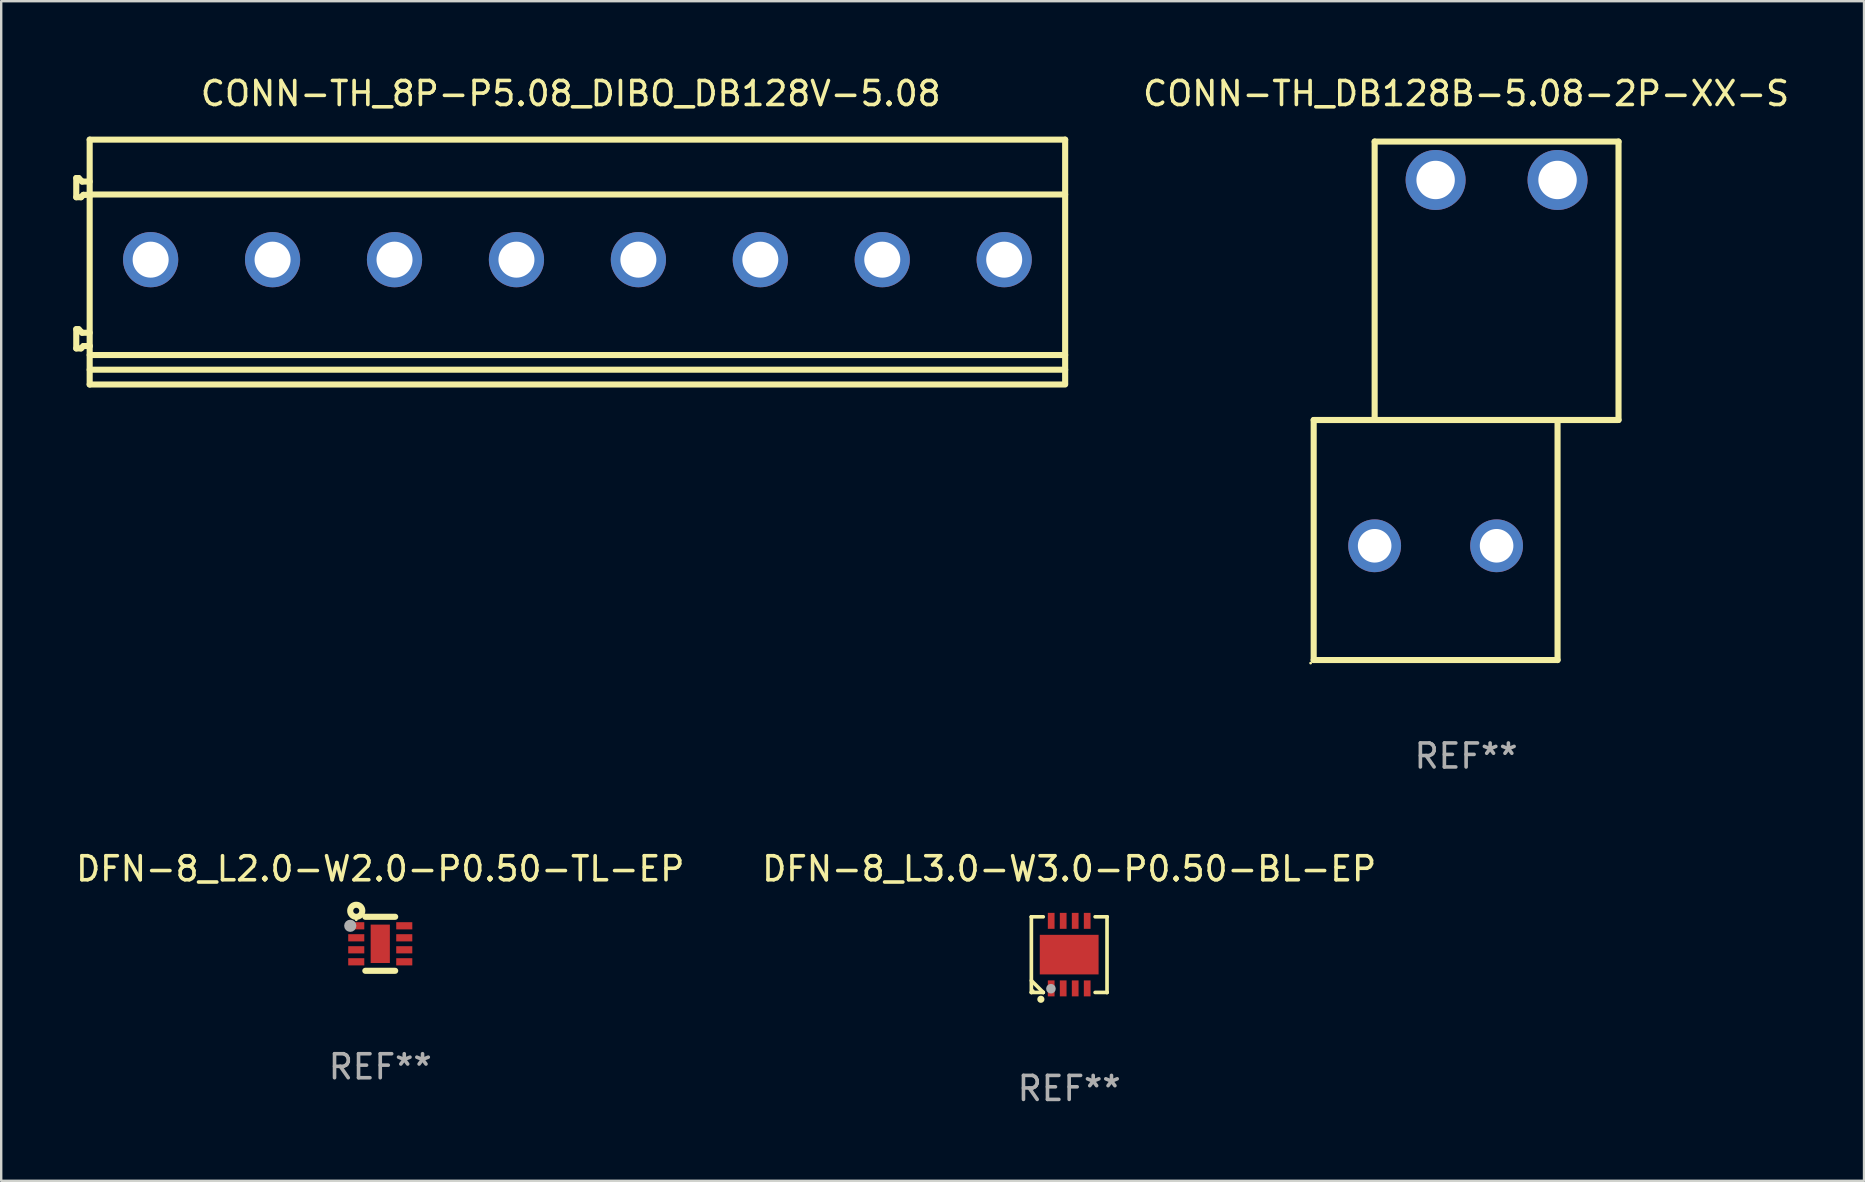
<source format=kicad_pcb>
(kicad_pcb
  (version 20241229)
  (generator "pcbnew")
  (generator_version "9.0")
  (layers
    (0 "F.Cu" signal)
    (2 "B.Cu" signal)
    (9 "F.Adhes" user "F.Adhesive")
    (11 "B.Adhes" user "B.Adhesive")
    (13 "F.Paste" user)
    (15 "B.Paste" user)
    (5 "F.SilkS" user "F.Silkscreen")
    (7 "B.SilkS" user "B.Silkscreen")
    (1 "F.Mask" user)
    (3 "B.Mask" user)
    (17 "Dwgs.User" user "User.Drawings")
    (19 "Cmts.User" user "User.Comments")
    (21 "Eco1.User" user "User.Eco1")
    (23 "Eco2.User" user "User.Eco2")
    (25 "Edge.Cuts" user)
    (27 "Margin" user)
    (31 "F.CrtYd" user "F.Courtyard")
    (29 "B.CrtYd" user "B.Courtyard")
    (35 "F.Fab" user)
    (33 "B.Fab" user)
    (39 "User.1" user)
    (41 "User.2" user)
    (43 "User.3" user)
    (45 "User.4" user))
  (footprint "CONN-TH_DB128B-5.08-2P-XX-S"
    (layer "F.Cu")
    (at 58.03 12.068)
    (property "Reference" "CONN-TH_DB128B-5.08-2P-XX-S" (at 0 -11.22 0) (layer "F.SilkS") (effects (font (size 1 1) (thickness 0.15))))
    (attr through_hole)
    (fp_line (start -6.35 2.38) (end -3.81 2.38) (stroke (width 0.254) (type solid)) (layer "F.SilkS"))
    (fp_line (start -6.35 12.38) (end -6.35 2.38) (stroke (width 0.254) (type solid)) (layer "F.SilkS"))
    (fp_line (start -6.35 12.38) (end 3.81 12.38) (stroke (width 0.254) (type solid)) (layer "F.SilkS"))
    (fp_line (start -3.81 -9.22) (end 6.35 -9.22) (stroke (width 0.254) (type solid)) (layer "F.SilkS"))
    (fp_line (start -3.81 2.38) (end -3.81 -9.22) (stroke (width 0.254) (type solid)) (layer "F.SilkS"))
    (fp_line (start 3.81 12.38) (end 3.81 2.38) (stroke (width 0.254) (type solid)) (layer "F.SilkS"))
    (fp_line (start 6.35 -9.22) (end 6.35 2.38) (stroke (width 0.254) (type solid)) (layer "F.SilkS"))
    (fp_line (start 6.35 2.38) (end -3.81 2.38) (stroke (width 0.254) (type solid)) (layer "F.SilkS"))
    (fp_circle (center -6.477 12.507) (end -6.447 12.507) (stroke (width 0.06) (type solid)) (fill no) (layer "F.SilkS"))
    (fp_text user "REF**" (at 0 16.38 0) (layer "F.Fab") (effects (font (size 1 1) (thickness 0.15))))
    (pad "1" thru_hole circle (at -3.81 7.62) (size 2.2 2.2) (drill 1.4) (layers "*.Cu" "*.Mask"))
    (pad "2" thru_hole circle (at 1.27 7.62) (size 2.2 2.2) (drill 1.4) (layers "*.Cu" "*.Mask"))
    (pad "3" thru_hole circle (at 3.81 -7.62) (size 2.5 2.5) (drill 1.6) (layers "*.Cu" "*.Mask"))
    (pad "4" thru_hole circle (at -1.27 -7.62) (size 2.5 2.5) (drill 1.6) (layers "*.Cu" "*.Mask")))
  (footprint "CONN-TH_8P-P5.08_DIBO_DB128V-5.08"
    (layer "F.Cu")
    (at 21.006 7.848)
    (property "Reference" "CONN-TH_8P-P5.08_DIBO_DB128V-5.08" (at -0.279 -7 0) (layer "F.SilkS") (effects (font (size 1 1) (thickness 0.15))))
    (attr through_hole)
    (fp_line (start -20.879 -3.481) (end -20.879 -2.681) (stroke (width 0.254) (type solid)) (layer "F.SilkS"))
    (fp_line (start -20.879 -2.681) (end -20.681 -2.681) (stroke (width 0.254) (type solid)) (layer "F.SilkS"))
    (fp_line (start -20.879 2.817) (end -20.879 3.617) (stroke (width 0.254) (type solid)) (layer "F.SilkS"))
    (fp_line (start -20.879 3.617) (end -20.681 3.617) (stroke (width 0.254) (type solid)) (layer "F.SilkS"))
    (fp_line (start -20.78 -3.481) (end -20.879 -3.481) (stroke (width 0.254) (type solid)) (layer "F.SilkS"))
    (fp_line (start -20.78 2.817) (end -20.879 2.817) (stroke (width 0.254) (type solid)) (layer "F.SilkS"))
    (fp_line (start -20.681 -2.681) (end -20.58 -2.78) (stroke (width 0.254) (type solid)) (layer "F.SilkS"))
    (fp_line (start -20.681 3.617) (end -20.58 3.518) (stroke (width 0.254) (type solid)) (layer "F.SilkS"))
    (fp_line (start -20.635 -3.334) (end -20.78 -3.481) (stroke (width 0.254) (type solid)) (layer "F.SilkS"))
    (fp_line (start -20.635 2.965) (end -20.78 2.817) (stroke (width 0.254) (type solid)) (layer "F.SilkS"))
    (fp_line (start -20.58 -2.78) (end -20.32 -2.78) (stroke (width 0.254) (type solid)) (layer "F.SilkS"))
    (fp_line (start -20.58 3.518) (end -20.32 3.518) (stroke (width 0.254) (type solid)) (layer "F.SilkS"))
    (fp_line (start -20.32 -5.08) (end -20.32 5.12) (stroke (width 0.254) (type solid)) (layer "F.SilkS"))
    (fp_line (start -20.32 -5.08) (end 20.32 -5.08) (stroke (width 0.254) (type solid)) (layer "F.SilkS"))
    (fp_line (start -20.32 -3.334) (end -20.635 -3.334) (stroke (width 0.254) (type solid)) (layer "F.SilkS"))
    (fp_line (start -20.32 -2.795) (end 20.32 -2.795) (stroke (width 0.254) (type solid)) (layer "F.SilkS"))
    (fp_line (start -20.32 -2.78) (end -20.28 -2.78) (stroke (width 0.254) (type solid)) (layer "F.SilkS"))
    (fp_line (start -20.32 2.965) (end -20.635 2.965) (stroke (width 0.254) (type solid)) (layer "F.SilkS"))
    (fp_line (start -20.32 3.518) (end -20.38 3.52) (stroke (width 0.254) (type solid)) (layer "F.SilkS"))
    (fp_line (start -20.32 3.893) (end 20.32 3.893) (stroke (width 0.254) (type solid)) (layer "F.SilkS"))
    (fp_line (start -20.32 4.505) (end 20.32 4.505) (stroke (width 0.254) (type solid)) (layer "F.SilkS"))
    (fp_line (start -20.32 5.12) (end 20.32 5.12) (stroke (width 0.254) (type solid)) (layer "F.SilkS"))
    (fp_line (start 20.32 -5.08) (end 20.32 5.08) (stroke (width 0.254) (type solid)) (layer "F.SilkS"))
    (fp_circle (center -20.32 5.12) (end -20.29 5.12) (stroke (width 0.06) (type solid)) (fill no) (layer "F.SilkS"))
    (pad "1" thru_hole circle (at -17.78 -0.08) (size 2.3 2.3) (drill 1.5) (layers "*.Cu" "*.Mask"))
    (pad "2" thru_hole circle (at -12.7 -0.08) (size 2.3 2.3) (drill 1.5) (layers "*.Cu" "*.Mask"))
    (pad "3" thru_hole circle (at -7.62 -0.08) (size 2.3 2.3) (drill 1.5) (layers "*.Cu" "*.Mask"))
    (pad "4" thru_hole circle (at -2.54 -0.08) (size 2.3 2.3) (drill 1.5) (layers "*.Cu" "*.Mask"))
    (pad "5" thru_hole circle (at 2.54 -0.08) (size 2.3 2.3) (drill 1.5) (layers "*.Cu" "*.Mask"))
    (pad "6" thru_hole circle (at 7.62 -0.08) (size 2.3 2.3) (drill 1.5) (layers "*.Cu" "*.Mask"))
    (pad "7" thru_hole circle (at 12.7 -0.08) (size 2.3 2.3) (drill 1.5) (layers "*.Cu" "*.Mask"))
    (pad "8" thru_hole circle (at 17.78 -0.08) (size 2.3 2.3) (drill 1.5) (layers "*.Cu" "*.Mask")))
  (footprint "DFN-8_L2.0-W2.0-P0.50-TL-EP"
    (layer "F.Cu")
    (at 12.792 36.27)
    (property "Reference" "DFN-8_L2.0-W2.0-P0.50-TL-EP" (at -0.000025 -3.125 0) (layer "F.SilkS") (effects (font (size 1 1) (thickness 0.15))))
    (attr smd)
    (fp_line (start 0.622 -1.125) (end -0.622 -1.125) (stroke (width 0.254) (type solid)) (layer "F.SilkS"))
    (fp_line (start 0.622 1.125) (end -0.622 1.125) (stroke (width 0.254) (type solid)) (layer "F.SilkS"))
    (fp_circle (center -1 -1) (end -0.97 -1) (stroke (width 0.06) (type solid)) (fill no) (layer "F.SilkS"))
    (fp_circle (center -1 -1.375) (end -0.875 -1.375) (stroke (width 0.254) (type solid)) (fill no) (layer "F.SilkS"))
    (fp_circle (center -1.25 -0.75) (end -1.123 -0.75) (stroke (width 0.254) (type solid)) (fill no) (layer "F.Fab"))
    (fp_text user "REF**" (at -0.000025 5.125 0) (layer "F.Fab") (effects (font (size 1 1) (thickness 0.15))))
    (pad "1" smd rect (at -1 -0.75) (size 0.67 0.3) (layers "F.Cu" "F.Mask" "F.Paste"))
    (pad "2" smd rect (at -1 -0.25) (size 0.67 0.3) (layers "F.Cu" "F.Mask" "F.Paste"))
    (pad "3" smd rect (at -1 0.25) (size 0.67 0.3) (layers "F.Cu" "F.Mask" "F.Paste"))
    (pad "4" smd rect (at -1 0.75) (size 0.67 0.3) (layers "F.Cu" "F.Mask" "F.Paste"))
    (pad "5" smd rect (at 1 0.75) (size 0.67 0.3) (layers "F.Cu" "F.Mask" "F.Paste"))
    (pad "6" smd rect (at 1 0.25) (size 0.67 0.3) (layers "F.Cu" "F.Mask" "F.Paste"))
    (pad "7" smd rect (at 1 -0.25) (size 0.67 0.3) (layers "F.Cu" "F.Mask" "F.Paste"))
    (pad "8" smd rect (at 1 -0.75) (size 0.67 0.3) (layers "F.Cu" "F.Mask" "F.Paste"))
    (pad "9" smd rect (at -0.000025 -0.000025 180) (size 0.8 1.6) (layers "F.Cu" "F.Mask" "F.Paste")))
  (footprint "DFN-8_L3.0-W3.0-P0.50-BL-EP"
    (layer "F.Cu")
    (at 41.494 36.721)
    (property "Reference" "DFN-8_L3.0-W3.0-P0.50-BL-EP" (at 0 -3.576 0) (layer "F.SilkS") (effects (font (size 1 1) (thickness 0.15))))
    (attr smd)
    (fp_line (start -1.576 -1.576) (end -1.576 -1.576) (stroke (width 0.152) (type solid)) (layer "F.SilkS"))
    (fp_line (start -1.576 -1.576) (end -1.08 -1.576) (stroke (width 0.152) (type solid)) (layer "F.SilkS"))
    (fp_line (start -1.576 1.576) (end -1.576 -1.576) (stroke (width 0.152) (type solid)) (layer "F.SilkS"))
    (fp_line (start -1.576 1.576) (end -1.576 1.576) (stroke (width 0.152) (type solid)) (layer "F.SilkS"))
    (fp_line (start -1.08 1.575) (end -1.576 1.079) (stroke (width 0.152) (type solid)) (layer "F.SilkS"))
    (fp_line (start -1.08 1.576) (end -1.576 1.576) (stroke (width 0.152) (type solid)) (layer "F.SilkS"))
    (fp_line (start -1.08 1.576) (end -1.08 1.575) (stroke (width 0.152) (type solid)) (layer "F.SilkS"))
    (fp_line (start 1.08 1.576) (end 1.576 1.576) (stroke (width 0.152) (type solid)) (layer "F.SilkS"))
    (fp_line (start 1.576 -1.576) (end 1.08 -1.576) (stroke (width 0.152) (type solid)) (layer "F.SilkS"))
    (fp_line (start 1.576 -1.576) (end 1.576 -1.576) (stroke (width 0.152) (type solid)) (layer "F.SilkS"))
    (fp_line (start 1.576 1.576) (end 1.576 -1.576) (stroke (width 0.152) (type solid)) (layer "F.SilkS"))
    (fp_line (start 1.576 1.576) (end 1.576 1.576) (stroke (width 0.152) (type solid)) (layer "F.SilkS"))
    (fp_circle (center -1.5 1.5) (end -1.47 1.5) (stroke (width 0.06) (type solid)) (fill no) (layer "F.SilkS"))
    (fp_circle (center -1.18 1.86) (end -1.105 1.86) (stroke (width 0.15) (type solid)) (fill no) (layer "F.SilkS"))
    (fp_circle (center -0.76 1.42) (end -0.66 1.42) (stroke (width 0.2) (type solid)) (fill no) (layer "F.Fab"))
    (fp_text user "REF**" (at 0 5.576 0) (layer "F.Fab") (effects (font (size 1 1) (thickness 0.15))))
    (pad "1" smd rect (at -0.75 1.407) (size 0.28 0.665) (layers "F.Cu" "F.Mask" "F.Paste"))
    (pad "2" smd rect (at -0.25 1.407) (size 0.28 0.665) (layers "F.Cu" "F.Mask" "F.Paste"))
    (pad "3" smd rect (at 0.25 1.407) (size 0.28 0.665) (layers "F.Cu" "F.Mask" "F.Paste"))
    (pad "4" smd rect (at 0.75 1.407) (size 0.28 0.665) (layers "F.Cu" "F.Mask" "F.Paste"))
    (pad "5" smd rect (at 0.75 -1.407) (size 0.28 0.665) (layers "F.Cu" "F.Mask" "F.Paste"))
    (pad "6" smd rect (at 0.25 -1.407) (size 0.28 0.665) (layers "F.Cu" "F.Mask" "F.Paste"))
    (pad "7" smd rect (at -0.25 -1.407) (size 0.28 0.665) (layers "F.Cu" "F.Mask" "F.Paste"))
    (pad "8" smd rect (at -0.75 -1.407) (size 0.28 0.665) (layers "F.Cu" "F.Mask" "F.Paste"))
    (pad "9" smd rect (at 0 0) (size 2.45 1.65) (layers "F.Cu" "F.Mask" "F.Paste")))
  (gr_rect
    (start -3 -3)
    (end 74.608 46.145)
    (stroke (width 0.1) (type default))
    (fill no)
    (layer "Edge.Cuts")))
</source>
